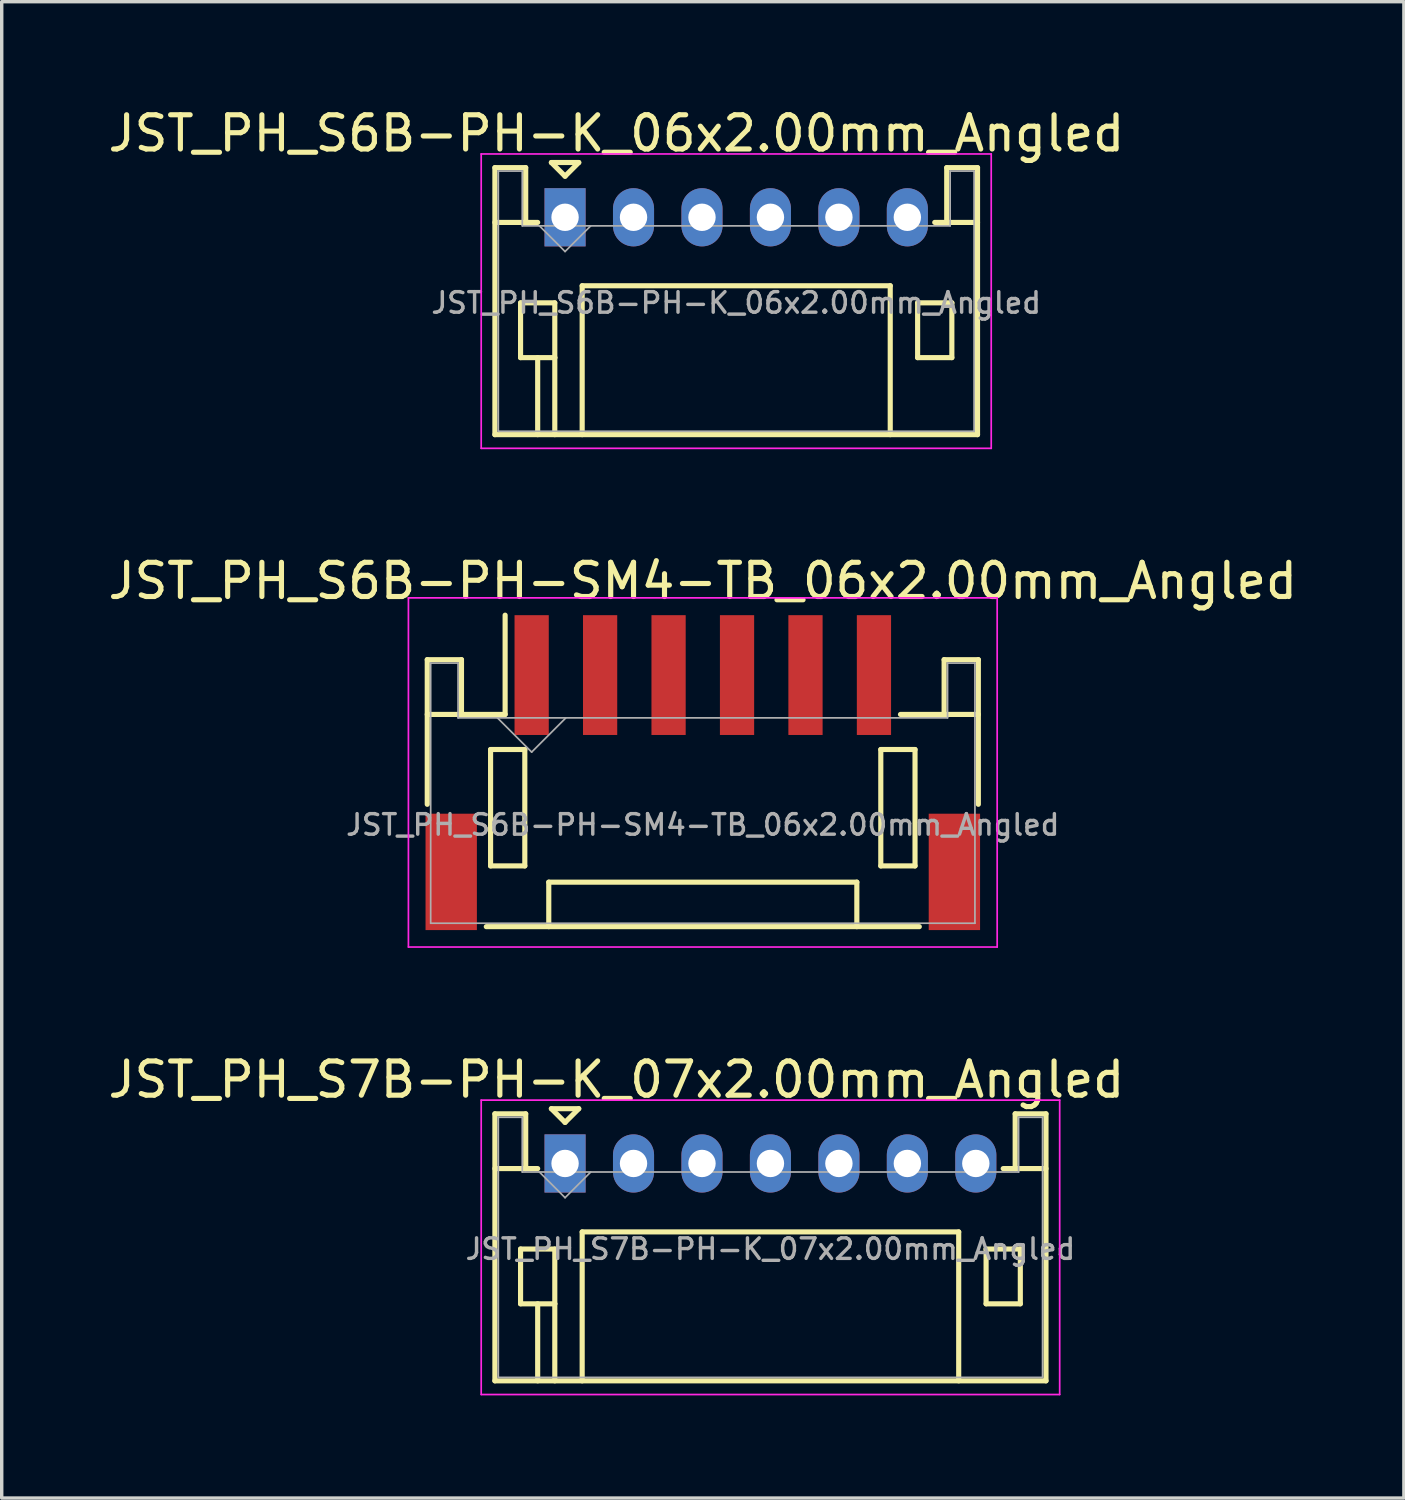
<source format=kicad_pcb>
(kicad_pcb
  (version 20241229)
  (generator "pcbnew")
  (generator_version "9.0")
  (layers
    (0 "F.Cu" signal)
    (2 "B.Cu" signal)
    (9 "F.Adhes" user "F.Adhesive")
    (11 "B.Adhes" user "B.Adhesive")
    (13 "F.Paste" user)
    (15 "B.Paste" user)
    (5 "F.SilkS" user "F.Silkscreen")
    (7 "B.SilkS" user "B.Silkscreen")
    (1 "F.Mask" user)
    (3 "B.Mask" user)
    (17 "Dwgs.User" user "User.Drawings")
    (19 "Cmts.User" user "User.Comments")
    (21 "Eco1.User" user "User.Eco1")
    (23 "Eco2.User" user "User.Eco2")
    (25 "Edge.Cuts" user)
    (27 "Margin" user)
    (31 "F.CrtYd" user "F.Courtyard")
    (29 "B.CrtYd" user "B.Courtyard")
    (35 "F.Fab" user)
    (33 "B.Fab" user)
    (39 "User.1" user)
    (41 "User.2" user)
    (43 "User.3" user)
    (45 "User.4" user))
  (footprint "JST_PH_S6B-PH-SM4-TB_06x2.00mm_Angled"
    (layer "F.Cu")
    (at 17.482 19.547)
    (property "Reference" "JST_PH_S6B-PH-SM4-TB_06x2.00mm_Angled" (at 0 1.5 0) (layer "F.Fab") (effects (font (size 0.6 0.6) (thickness 0.1))))
    (attr smd)
    (fp_line (start -8.05 -3.325) (end -8.05 0.9) (stroke (width 0.15) (type solid)) (layer "F.SilkS"))
    (fp_line (start -8.05 -1.725) (end -7.05 -1.725) (stroke (width 0.15) (type solid)) (layer "F.SilkS"))
    (fp_line (start -7.05 -3.325) (end -8.05 -3.325) (stroke (width 0.15) (type solid)) (layer "F.SilkS"))
    (fp_line (start -7.05 -1.725) (end -7.05 -3.325) (stroke (width 0.15) (type solid)) (layer "F.SilkS"))
    (fp_line (start -6.325 4.475) (end 6.325 4.475) (stroke (width 0.15) (type solid)) (layer "F.SilkS"))
    (fp_line (start -6.2 -0.7) (end -6.2 2.7) (stroke (width 0.15) (type solid)) (layer "F.SilkS"))
    (fp_line (start -6.2 2.7) (end -5.2 2.7) (stroke (width 0.15) (type solid)) (layer "F.SilkS"))
    (fp_line (start -5.775 -1.725) (end -7.05 -1.725) (stroke (width 0.15) (type solid)) (layer "F.SilkS"))
    (fp_line (start -5.775 -1.725) (end -5.775 -4.625) (stroke (width 0.15) (type solid)) (layer "F.SilkS"))
    (fp_line (start -5.2 -0.7) (end -6.2 -0.7) (stroke (width 0.15) (type solid)) (layer "F.SilkS"))
    (fp_line (start -5.2 2.7) (end -5.2 -0.7) (stroke (width 0.15) (type solid)) (layer "F.SilkS"))
    (fp_line (start -4.5 3.175) (end 4.5 3.175) (stroke (width 0.15) (type solid)) (layer "F.SilkS"))
    (fp_line (start -4.5 4.475) (end -4.5 3.175) (stroke (width 0.15) (type solid)) (layer "F.SilkS"))
    (fp_line (start 4.5 3.175) (end 4.5 4.475) (stroke (width 0.15) (type solid)) (layer "F.SilkS"))
    (fp_line (start 5.2 -0.7) (end 6.2 -0.7) (stroke (width 0.15) (type solid)) (layer "F.SilkS"))
    (fp_line (start 5.2 2.7) (end 5.2 -0.7) (stroke (width 0.15) (type solid)) (layer "F.SilkS"))
    (fp_line (start 6.2 -0.7) (end 6.2 2.7) (stroke (width 0.15) (type solid)) (layer "F.SilkS"))
    (fp_line (start 6.2 2.7) (end 5.2 2.7) (stroke (width 0.15) (type solid)) (layer "F.SilkS"))
    (fp_line (start 7.05 -3.325) (end 7.05 -1.725) (stroke (width 0.15) (type solid)) (layer "F.SilkS"))
    (fp_line (start 7.05 -1.725) (end 5.775 -1.725) (stroke (width 0.15) (type solid)) (layer "F.SilkS"))
    (fp_line (start 8.05 -3.325) (end 7.05 -3.325) (stroke (width 0.15) (type solid)) (layer "F.SilkS"))
    (fp_line (start 8.05 -1.725) (end 7.05 -1.725) (stroke (width 0.15) (type solid)) (layer "F.SilkS"))
    (fp_line (start 8.05 0.9) (end 8.05 -3.325) (stroke (width 0.15) (type solid)) (layer "F.SilkS"))
    (fp_line (start -8.6 -5.13) (end -8.6 5.07) (stroke (width 0.05) (type solid)) (layer "F.CrtYd"))
    (fp_line (start -8.6 5.07) (end 8.6 5.07) (stroke (width 0.05) (type solid)) (layer "F.CrtYd"))
    (fp_line (start 8.6 -5.13) (end -8.6 -5.13) (stroke (width 0.05) (type solid)) (layer "F.CrtYd"))
    (fp_line (start 8.6 5.07) (end 8.6 -5.13) (stroke (width 0.05) (type solid)) (layer "F.CrtYd"))
    (fp_line (start -7.95 -3.225) (end -7.95 4.375) (stroke (width 0.05) (type solid)) (layer "F.Fab"))
    (fp_line (start -7.95 4.375) (end 7.95 4.375) (stroke (width 0.05) (type solid)) (layer "F.Fab"))
    (fp_line (start -7.15 -3.225) (end -7.95 -3.225) (stroke (width 0.05) (type solid)) (layer "F.Fab"))
    (fp_line (start -7.15 -1.625) (end -7.15 -3.225) (stroke (width 0.05) (type solid)) (layer "F.Fab"))
    (fp_line (start -6 -1.625) (end -5 -0.625) (stroke (width 0.05) (type solid)) (layer "F.Fab"))
    (fp_line (start -5 -0.625) (end -4 -1.625) (stroke (width 0.05) (type solid)) (layer "F.Fab"))
    (fp_line (start 7.15 -3.225) (end 7.15 -1.625) (stroke (width 0.05) (type solid)) (layer "F.Fab"))
    (fp_line (start 7.15 -1.625) (end -7.15 -1.625) (stroke (width 0.05) (type solid)) (layer "F.Fab"))
    (fp_line (start 7.95 -3.225) (end 7.15 -3.225) (stroke (width 0.05) (type solid)) (layer "F.Fab"))
    (fp_line (start 7.95 4.375) (end 7.95 -3.225) (stroke (width 0.05) (type solid)) (layer "F.Fab"))
    (fp_text user "${REFERENCE}" (at 0 -5.625 0) (layer "F.SilkS") (effects (font (size 1 1) (thickness 0.15))))
    (pad "" smd rect (at -7.35 2.875) (size 1.5 3.4) (layers "F.Cu" "F.Mask" "F.Paste"))
    (pad "" smd rect (at 7.35 2.875) (size 1.5 3.4) (layers "F.Cu" "F.Mask" "F.Paste"))
    (pad "1" smd rect (at -5 -2.875) (size 1 3.5) (layers "F.Cu" "F.Mask" "F.Paste"))
    (pad "2" smd rect (at -3 -2.875) (size 1 3.5) (layers "F.Cu" "F.Mask" "F.Paste"))
    (pad "3" smd rect (at -1 -2.875) (size 1 3.5) (layers "F.Cu" "F.Mask" "F.Paste"))
    (pad "4" smd rect (at 1 -2.875) (size 1 3.5) (layers "F.Cu" "F.Mask" "F.Paste"))
    (pad "5" smd rect (at 3 -2.875) (size 1 3.5) (layers "F.Cu" "F.Mask" "F.Paste"))
    (pad "6" smd rect (at 5 -2.875) (size 1 3.5) (layers "F.Cu" "F.Mask" "F.Paste")))
  (footprint "JST_PH_S6B-PH-K_06x2.00mm_Angled"
    (layer "F.Cu")
    (at 13.458 3.298)
    (property "Reference" "JST_PH_S6B-PH-K_06x2.00mm_Angled" (at 5 2.5 0) (layer "F.Fab") (effects (font (size 0.6 0.6) (thickness 0.1))))
    (attr through_hole)
    (fp_line (start -2.05 -1.45) (end -2.05 6.35) (stroke (width 0.15) (type solid)) (layer "F.SilkS"))
    (fp_line (start -2.05 0.15) (end -1.15 0.15) (stroke (width 0.15) (type solid)) (layer "F.SilkS"))
    (fp_line (start -2.05 6.35) (end 12.05 6.35) (stroke (width 0.15) (type solid)) (layer "F.SilkS"))
    (fp_line (start -1.3 2.5) (end -1.3 4.1) (stroke (width 0.15) (type solid)) (layer "F.SilkS"))
    (fp_line (start -1.3 4.1) (end -0.3 4.1) (stroke (width 0.15) (type solid)) (layer "F.SilkS"))
    (fp_line (start -1.15 -1.45) (end -2.05 -1.45) (stroke (width 0.15) (type solid)) (layer "F.SilkS"))
    (fp_line (start -1.15 0.15) (end -1.15 -1.45) (stroke (width 0.15) (type solid)) (layer "F.SilkS"))
    (fp_line (start -0.8 0.15) (end -1.15 0.15) (stroke (width 0.15) (type solid)) (layer "F.SilkS"))
    (fp_line (start -0.8 4.1) (end -0.8 6.35) (stroke (width 0.15) (type solid)) (layer "F.SilkS"))
    (fp_line (start -0.4 -1.6) (end 0.4 -1.6) (stroke (width 0.15) (type solid)) (layer "F.SilkS"))
    (fp_line (start -0.3 2.5) (end -1.3 2.5) (stroke (width 0.15) (type solid)) (layer "F.SilkS"))
    (fp_line (start -0.3 4.1) (end -0.3 2.5) (stroke (width 0.15) (type solid)) (layer "F.SilkS"))
    (fp_line (start -0.3 4.1) (end -0.3 6.35) (stroke (width 0.15) (type solid)) (layer "F.SilkS"))
    (fp_line (start 0 -1.2) (end -0.4 -1.6) (stroke (width 0.15) (type solid)) (layer "F.SilkS"))
    (fp_line (start 0.4 -1.6) (end 0 -1.2) (stroke (width 0.15) (type solid)) (layer "F.SilkS"))
    (fp_line (start 0.5 2) (end 9.5 2) (stroke (width 0.15) (type solid)) (layer "F.SilkS"))
    (fp_line (start 0.5 6.35) (end 0.5 2) (stroke (width 0.15) (type solid)) (layer "F.SilkS"))
    (fp_line (start 9.5 2) (end 9.5 6.35) (stroke (width 0.15) (type solid)) (layer "F.SilkS"))
    (fp_line (start 10.3 2.5) (end 11.3 2.5) (stroke (width 0.15) (type solid)) (layer "F.SilkS"))
    (fp_line (start 10.3 4.1) (end 10.3 2.5) (stroke (width 0.15) (type solid)) (layer "F.SilkS"))
    (fp_line (start 11.15 -1.45) (end 11.15 0.15) (stroke (width 0.15) (type solid)) (layer "F.SilkS"))
    (fp_line (start 11.15 0.15) (end 10.8 0.15) (stroke (width 0.15) (type solid)) (layer "F.SilkS"))
    (fp_line (start 11.3 2.5) (end 11.3 4.1) (stroke (width 0.15) (type solid)) (layer "F.SilkS"))
    (fp_line (start 11.3 4.1) (end 10.3 4.1) (stroke (width 0.15) (type solid)) (layer "F.SilkS"))
    (fp_line (start 12.05 -1.45) (end 11.15 -1.45) (stroke (width 0.15) (type solid)) (layer "F.SilkS"))
    (fp_line (start 12.05 0.15) (end 11.15 0.15) (stroke (width 0.15) (type solid)) (layer "F.SilkS"))
    (fp_line (start 12.05 6.35) (end 12.05 -1.45) (stroke (width 0.15) (type solid)) (layer "F.SilkS"))
    (fp_line (start -2.45 -1.85) (end -2.45 6.75) (stroke (width 0.05) (type solid)) (layer "F.CrtYd"))
    (fp_line (start -2.45 6.75) (end 12.45 6.75) (stroke (width 0.05) (type solid)) (layer "F.CrtYd"))
    (fp_line (start 12.45 -1.85) (end -2.45 -1.85) (stroke (width 0.05) (type solid)) (layer "F.CrtYd"))
    (fp_line (start 12.45 6.75) (end 12.45 -1.85) (stroke (width 0.05) (type solid)) (layer "F.CrtYd"))
    (fp_line (start -1.95 -1.35) (end -1.95 6.25) (stroke (width 0.05) (type solid)) (layer "F.Fab"))
    (fp_line (start -1.95 6.25) (end 11.95 6.25) (stroke (width 0.05) (type solid)) (layer "F.Fab"))
    (fp_line (start -1.25 -1.35) (end -1.95 -1.35) (stroke (width 0.05) (type solid)) (layer "F.Fab"))
    (fp_line (start -1.25 0.25) (end -1.25 -1.35) (stroke (width 0.05) (type solid)) (layer "F.Fab"))
    (fp_line (start -0.75 0.25) (end 0 1) (stroke (width 0.05) (type solid)) (layer "F.Fab"))
    (fp_line (start 0 1) (end 0.75 0.25) (stroke (width 0.05) (type solid)) (layer "F.Fab"))
    (fp_line (start 11.25 -1.35) (end 11.25 0.25) (stroke (width 0.05) (type solid)) (layer "F.Fab"))
    (fp_line (start 11.25 0.25) (end -1.25 0.25) (stroke (width 0.05) (type solid)) (layer "F.Fab"))
    (fp_line (start 11.95 -1.35) (end 11.25 -1.35) (stroke (width 0.05) (type solid)) (layer "F.Fab"))
    (fp_line (start 11.95 6.25) (end 11.95 -1.35) (stroke (width 0.05) (type solid)) (layer "F.Fab"))
    (fp_text user "${REFERENCE}" (at 1.5 -2.45 0) (layer "F.SilkS") (effects (font (size 1 1) (thickness 0.15))))
    (pad "1" thru_hole rect (at 0 0) (size 1.2 1.7) (drill 0.8) (layers "*.Cu" "*.Mask"))
    (pad "2" thru_hole oval (at 2 0) (size 1.2 1.7) (drill 0.8) (layers "*.Cu" "*.Mask"))
    (pad "3" thru_hole oval (at 4 0) (size 1.2 1.7) (drill 0.8) (layers "*.Cu" "*.Mask"))
    (pad "4" thru_hole oval (at 6 0) (size 1.2 1.7) (drill 0.8) (layers "*.Cu" "*.Mask"))
    (pad "5" thru_hole oval (at 8 0) (size 1.2 1.7) (drill 0.8) (layers "*.Cu" "*.Mask"))
    (pad "6" thru_hole oval (at 10 0) (size 1.2 1.7) (drill 0.8) (layers "*.Cu" "*.Mask")))
  (footprint "JST_PH_S7B-PH-K_07x2.00mm_Angled"
    (layer "F.Cu")
    (at 13.458 30.94)
    (property "Reference" "JST_PH_S7B-PH-K_07x2.00mm_Angled" (at 6 2.5 0) (layer "F.Fab") (effects (font (size 0.6 0.6) (thickness 0.1))))
    (attr through_hole)
    (fp_line (start -2.05 -1.45) (end -2.05 6.35) (stroke (width 0.15) (type solid)) (layer "F.SilkS"))
    (fp_line (start -2.05 0.15) (end -1.15 0.15) (stroke (width 0.15) (type solid)) (layer "F.SilkS"))
    (fp_line (start -2.05 6.35) (end 14.05 6.35) (stroke (width 0.15) (type solid)) (layer "F.SilkS"))
    (fp_line (start -1.3 2.5) (end -1.3 4.1) (stroke (width 0.15) (type solid)) (layer "F.SilkS"))
    (fp_line (start -1.3 4.1) (end -0.3 4.1) (stroke (width 0.15) (type solid)) (layer "F.SilkS"))
    (fp_line (start -1.15 -1.45) (end -2.05 -1.45) (stroke (width 0.15) (type solid)) (layer "F.SilkS"))
    (fp_line (start -1.15 0.15) (end -1.15 -1.45) (stroke (width 0.15) (type solid)) (layer "F.SilkS"))
    (fp_line (start -0.8 0.15) (end -1.15 0.15) (stroke (width 0.15) (type solid)) (layer "F.SilkS"))
    (fp_line (start -0.8 4.1) (end -0.8 6.35) (stroke (width 0.15) (type solid)) (layer "F.SilkS"))
    (fp_line (start -0.4 -1.6) (end 0.4 -1.6) (stroke (width 0.15) (type solid)) (layer "F.SilkS"))
    (fp_line (start -0.3 2.5) (end -1.3 2.5) (stroke (width 0.15) (type solid)) (layer "F.SilkS"))
    (fp_line (start -0.3 4.1) (end -0.3 2.5) (stroke (width 0.15) (type solid)) (layer "F.SilkS"))
    (fp_line (start -0.3 4.1) (end -0.3 6.35) (stroke (width 0.15) (type solid)) (layer "F.SilkS"))
    (fp_line (start 0 -1.2) (end -0.4 -1.6) (stroke (width 0.15) (type solid)) (layer "F.SilkS"))
    (fp_line (start 0.4 -1.6) (end 0 -1.2) (stroke (width 0.15) (type solid)) (layer "F.SilkS"))
    (fp_line (start 0.5 2) (end 11.5 2) (stroke (width 0.15) (type solid)) (layer "F.SilkS"))
    (fp_line (start 0.5 6.35) (end 0.5 2) (stroke (width 0.15) (type solid)) (layer "F.SilkS"))
    (fp_line (start 11.5 2) (end 11.5 6.35) (stroke (width 0.15) (type solid)) (layer "F.SilkS"))
    (fp_line (start 12.3 2.5) (end 13.3 2.5) (stroke (width 0.15) (type solid)) (layer "F.SilkS"))
    (fp_line (start 12.3 4.1) (end 12.3 2.5) (stroke (width 0.15) (type solid)) (layer "F.SilkS"))
    (fp_line (start 13.15 -1.45) (end 13.15 0.15) (stroke (width 0.15) (type solid)) (layer "F.SilkS"))
    (fp_line (start 13.15 0.15) (end 12.8 0.15) (stroke (width 0.15) (type solid)) (layer "F.SilkS"))
    (fp_line (start 13.3 2.5) (end 13.3 4.1) (stroke (width 0.15) (type solid)) (layer "F.SilkS"))
    (fp_line (start 13.3 4.1) (end 12.3 4.1) (stroke (width 0.15) (type solid)) (layer "F.SilkS"))
    (fp_line (start 14.05 -1.45) (end 13.15 -1.45) (stroke (width 0.15) (type solid)) (layer "F.SilkS"))
    (fp_line (start 14.05 0.15) (end 13.15 0.15) (stroke (width 0.15) (type solid)) (layer "F.SilkS"))
    (fp_line (start 14.05 6.35) (end 14.05 -1.45) (stroke (width 0.15) (type solid)) (layer "F.SilkS"))
    (fp_line (start -2.45 -1.85) (end -2.45 6.75) (stroke (width 0.05) (type solid)) (layer "F.CrtYd"))
    (fp_line (start -2.45 6.75) (end 14.45 6.75) (stroke (width 0.05) (type solid)) (layer "F.CrtYd"))
    (fp_line (start 14.45 -1.85) (end -2.45 -1.85) (stroke (width 0.05) (type solid)) (layer "F.CrtYd"))
    (fp_line (start 14.45 6.75) (end 14.45 -1.85) (stroke (width 0.05) (type solid)) (layer "F.CrtYd"))
    (fp_line (start -1.95 -1.35) (end -1.95 6.25) (stroke (width 0.05) (type solid)) (layer "F.Fab"))
    (fp_line (start -1.95 6.25) (end 13.95 6.25) (stroke (width 0.05) (type solid)) (layer "F.Fab"))
    (fp_line (start -1.25 -1.35) (end -1.95 -1.35) (stroke (width 0.05) (type solid)) (layer "F.Fab"))
    (fp_line (start -1.25 0.25) (end -1.25 -1.35) (stroke (width 0.05) (type solid)) (layer "F.Fab"))
    (fp_line (start -0.75 0.25) (end 0 1) (stroke (width 0.05) (type solid)) (layer "F.Fab"))
    (fp_line (start 0 1) (end 0.75 0.25) (stroke (width 0.05) (type solid)) (layer "F.Fab"))
    (fp_line (start 13.25 -1.35) (end 13.25 0.25) (stroke (width 0.05) (type solid)) (layer "F.Fab"))
    (fp_line (start 13.25 0.25) (end -1.25 0.25) (stroke (width 0.05) (type solid)) (layer "F.Fab"))
    (fp_line (start 13.95 -1.35) (end 13.25 -1.35) (stroke (width 0.05) (type solid)) (layer "F.Fab"))
    (fp_line (start 13.95 6.25) (end 13.95 -1.35) (stroke (width 0.05) (type solid)) (layer "F.Fab"))
    (fp_text user "${REFERENCE}" (at 1.5 -2.45 0) (layer "F.SilkS") (effects (font (size 1 1) (thickness 0.15))))
    (pad "1" thru_hole rect (at 0 0) (size 1.2 1.7) (drill 0.8) (layers "*.Cu" "*.Mask"))
    (pad "2" thru_hole oval (at 2 0) (size 1.2 1.7) (drill 0.8) (layers "*.Cu" "*.Mask"))
    (pad "3" thru_hole oval (at 4 0) (size 1.2 1.7) (drill 0.8) (layers "*.Cu" "*.Mask"))
    (pad "4" thru_hole oval (at 6 0) (size 1.2 1.7) (drill 0.8) (layers "*.Cu" "*.Mask"))
    (pad "5" thru_hole oval (at 8 0) (size 1.2 1.7) (drill 0.8) (layers "*.Cu" "*.Mask"))
    (pad "6" thru_hole oval (at 10 0) (size 1.2 1.7) (drill 0.8) (layers "*.Cu" "*.Mask"))
    (pad "7" thru_hole oval (at 12 0) (size 1.2 1.7) (drill 0.8) (layers "*.Cu" "*.Mask")))
  (gr_rect
    (start -3 -3)
    (end 37.964 40.715)
    (stroke (width 0.1) (type default))
    (fill no)
    (layer "Edge.Cuts")))
</source>
